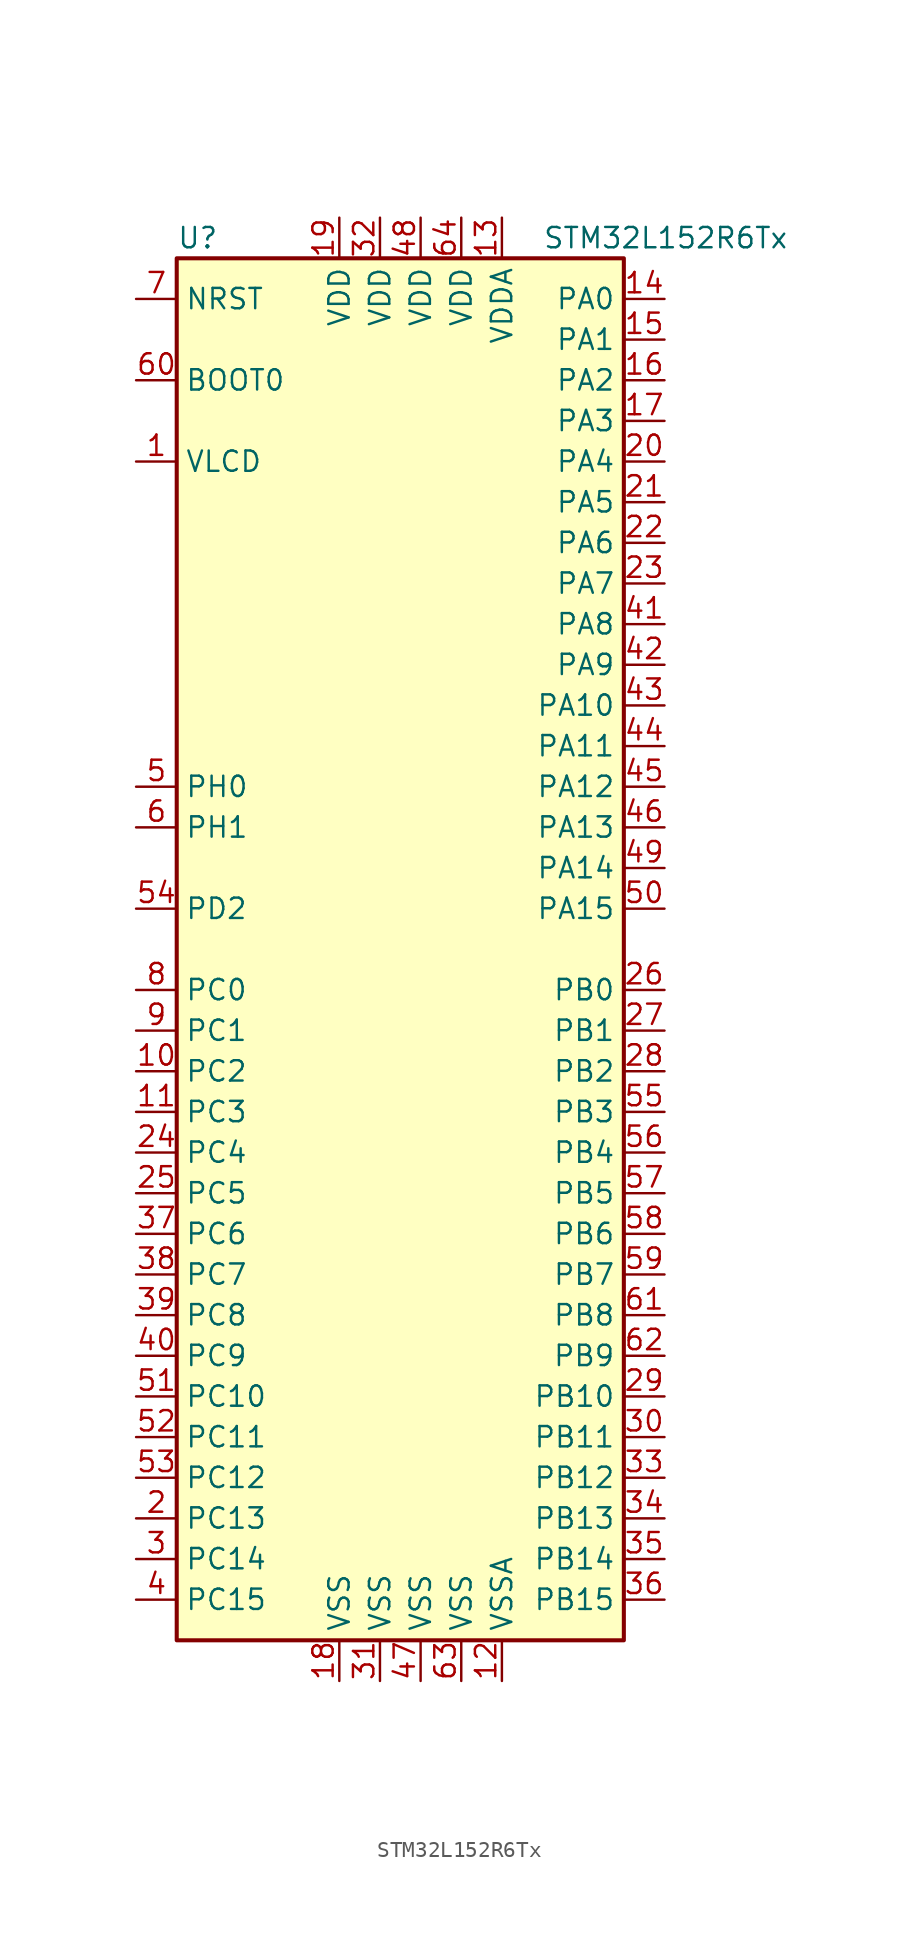
<source format=kicad_sym>
(kicad_symbol_lib
  (version 20201005)
  (generator kicad_symbol_editor)
  (symbol "STM32L152R6Tx"
    (property "Reference" "U"
      (at -15.24 44.45 0)
      (effects (font (size 1.27 1.27)) (justify left)))
    (property "Value" "STM32L152R6Tx"
      (at 7.62 44.45 0)
      (effects (font (size 1.27 1.27)) (justify left)))
    (symbol "STM32L152R6Tx_0_1"
      (rectangle (start -15.24 -43.18) (end 12.7 43.18) (stroke (width 0.254)) (fill (type background))))
    (symbol "STM32L152R6Tx_1_1"
      (pin power_in line (at -17.78 30.48 0) (length 2.54) (name "VLCD" (effects (font (size 1.27 1.27)))) (number "1" (effects (font (size 1.27 1.27)))))
      (pin bidirectional line (at -17.78 -7.62 0) (length 2.54) (name "PC2" (effects (font (size 1.27 1.27)))) (number "10" (effects (font (size 1.27 1.27)))))
      (pin bidirectional line (at -17.78 -10.16 0) (length 2.54) (name "PC3" (effects (font (size 1.27 1.27)))) (number "11" (effects (font (size 1.27 1.27)))))
      (pin power_in line (at 5.08 -45.72 90) (length 2.54) (name "VSSA" (effects (font (size 1.27 1.27)))) (number "12" (effects (font (size 1.27 1.27)))))
      (pin power_in line (at 5.08 45.72 270) (length 2.54) (name "VDDA" (effects (font (size 1.27 1.27)))) (number "13" (effects (font (size 1.27 1.27)))))
      (pin bidirectional line (at 15.24 40.64 180) (length 2.54) (name "PA0" (effects (font (size 1.27 1.27)))) (number "14" (effects (font (size 1.27 1.27)))))
      (pin bidirectional line (at 15.24 38.1 180) (length 2.54) (name "PA1" (effects (font (size 1.27 1.27)))) (number "15" (effects (font (size 1.27 1.27)))))
      (pin bidirectional line (at 15.24 35.56 180) (length 2.54) (name "PA2" (effects (font (size 1.27 1.27)))) (number "16" (effects (font (size 1.27 1.27)))))
      (pin bidirectional line (at 15.24 33.02 180) (length 2.54) (name "PA3" (effects (font (size 1.27 1.27)))) (number "17" (effects (font (size 1.27 1.27)))))
      (pin power_in line (at -5.08 -45.72 90) (length 2.54) (name "VSS" (effects (font (size 1.27 1.27)))) (number "18" (effects (font (size 1.27 1.27)))))
      (pin power_in line (at -5.08 45.72 270) (length 2.54) (name "VDD" (effects (font (size 1.27 1.27)))) (number "19" (effects (font (size 1.27 1.27)))))
      (pin bidirectional line (at -17.78 -35.56 0) (length 2.54) (name "PC13" (effects (font (size 1.27 1.27)))) (number "2" (effects (font (size 1.27 1.27)))))
      (pin bidirectional line (at 15.24 30.48 180) (length 2.54) (name "PA4" (effects (font (size 1.27 1.27)))) (number "20" (effects (font (size 1.27 1.27)))))
      (pin bidirectional line (at 15.24 27.94 180) (length 2.54) (name "PA5" (effects (font (size 1.27 1.27)))) (number "21" (effects (font (size 1.27 1.27)))))
      (pin bidirectional line (at 15.24 25.4 180) (length 2.54) (name "PA6" (effects (font (size 1.27 1.27)))) (number "22" (effects (font (size 1.27 1.27)))))
      (pin bidirectional line (at 15.24 22.86 180) (length 2.54) (name "PA7" (effects (font (size 1.27 1.27)))) (number "23" (effects (font (size 1.27 1.27)))))
      (pin bidirectional line (at -17.78 -12.7 0) (length 2.54) (name "PC4" (effects (font (size 1.27 1.27)))) (number "24" (effects (font (size 1.27 1.27)))))
      (pin bidirectional line (at -17.78 -15.24 0) (length 2.54) (name "PC5" (effects (font (size 1.27 1.27)))) (number "25" (effects (font (size 1.27 1.27)))))
      (pin bidirectional line (at 15.24 -2.54 180) (length 2.54) (name "PB0" (effects (font (size 1.27 1.27)))) (number "26" (effects (font (size 1.27 1.27)))))
      (pin bidirectional line (at 15.24 -5.08 180) (length 2.54) (name "PB1" (effects (font (size 1.27 1.27)))) (number "27" (effects (font (size 1.27 1.27)))))
      (pin bidirectional line (at 15.24 -7.62 180) (length 2.54) (name "PB2" (effects (font (size 1.27 1.27)))) (number "28" (effects (font (size 1.27 1.27)))))
      (pin bidirectional line (at 15.24 -27.94 180) (length 2.54) (name "PB10" (effects (font (size 1.27 1.27)))) (number "29" (effects (font (size 1.27 1.27)))))
      (pin bidirectional line (at -17.78 -38.1 0) (length 2.54) (name "PC14" (effects (font (size 1.27 1.27)))) (number "3" (effects (font (size 1.27 1.27)))))
      (pin bidirectional line (at 15.24 -30.48 180) (length 2.54) (name "PB11" (effects (font (size 1.27 1.27)))) (number "30" (effects (font (size 1.27 1.27)))))
      (pin power_in line (at -2.54 -45.72 90) (length 2.54) (name "VSS" (effects (font (size 1.27 1.27)))) (number "31" (effects (font (size 1.27 1.27)))))
      (pin power_in line (at -2.54 45.72 270) (length 2.54) (name "VDD" (effects (font (size 1.27 1.27)))) (number "32" (effects (font (size 1.27 1.27)))))
      (pin bidirectional line (at 15.24 -33.02 180) (length 2.54) (name "PB12" (effects (font (size 1.27 1.27)))) (number "33" (effects (font (size 1.27 1.27)))))
      (pin bidirectional line (at 15.24 -35.56 180) (length 2.54) (name "PB13" (effects (font (size 1.27 1.27)))) (number "34" (effects (font (size 1.27 1.27)))))
      (pin bidirectional line (at 15.24 -38.1 180) (length 2.54) (name "PB14" (effects (font (size 1.27 1.27)))) (number "35" (effects (font (size 1.27 1.27)))))
      (pin bidirectional line (at 15.24 -40.64 180) (length 2.54) (name "PB15" (effects (font (size 1.27 1.27)))) (number "36" (effects (font (size 1.27 1.27)))))
      (pin bidirectional line (at -17.78 -17.78 0) (length 2.54) (name "PC6" (effects (font (size 1.27 1.27)))) (number "37" (effects (font (size 1.27 1.27)))))
      (pin bidirectional line (at -17.78 -20.32 0) (length 2.54) (name "PC7" (effects (font (size 1.27 1.27)))) (number "38" (effects (font (size 1.27 1.27)))))
      (pin bidirectional line (at -17.78 -22.86 0) (length 2.54) (name "PC8" (effects (font (size 1.27 1.27)))) (number "39" (effects (font (size 1.27 1.27)))))
      (pin bidirectional line (at -17.78 -40.64 0) (length 2.54) (name "PC15" (effects (font (size 1.27 1.27)))) (number "4" (effects (font (size 1.27 1.27)))))
      (pin bidirectional line (at -17.78 -25.4 0) (length 2.54) (name "PC9" (effects (font (size 1.27 1.27)))) (number "40" (effects (font (size 1.27 1.27)))))
      (pin bidirectional line (at 15.24 20.32 180) (length 2.54) (name "PA8" (effects (font (size 1.27 1.27)))) (number "41" (effects (font (size 1.27 1.27)))))
      (pin bidirectional line (at 15.24 17.78 180) (length 2.54) (name "PA9" (effects (font (size 1.27 1.27)))) (number "42" (effects (font (size 1.27 1.27)))))
      (pin bidirectional line (at 15.24 15.24 180) (length 2.54) (name "PA10" (effects (font (size 1.27 1.27)))) (number "43" (effects (font (size 1.27 1.27)))))
      (pin bidirectional line (at 15.24 12.7 180) (length 2.54) (name "PA11" (effects (font (size 1.27 1.27)))) (number "44" (effects (font (size 1.27 1.27)))))
      (pin bidirectional line (at 15.24 10.16 180) (length 2.54) (name "PA12" (effects (font (size 1.27 1.27)))) (number "45" (effects (font (size 1.27 1.27)))))
      (pin bidirectional line (at 15.24 7.62 180) (length 2.54) (name "PA13" (effects (font (size 1.27 1.27)))) (number "46" (effects (font (size 1.27 1.27)))))
      (pin power_in line (at 0 -45.72 90) (length 2.54) (name "VSS" (effects (font (size 1.27 1.27)))) (number "47" (effects (font (size 1.27 1.27)))))
      (pin power_in line (at 0 45.72 270) (length 2.54) (name "VDD" (effects (font (size 1.27 1.27)))) (number "48" (effects (font (size 1.27 1.27)))))
      (pin bidirectional line (at 15.24 5.08 180) (length 2.54) (name "PA14" (effects (font (size 1.27 1.27)))) (number "49" (effects (font (size 1.27 1.27)))))
      (pin input line (at -17.78 10.16 0) (length 2.54) (name "PH0" (effects (font (size 1.27 1.27)))) (number "5" (effects (font (size 1.27 1.27)))))
      (pin bidirectional line (at 15.24 2.54 180) (length 2.54) (name "PA15" (effects (font (size 1.27 1.27)))) (number "50" (effects (font (size 1.27 1.27)))))
      (pin bidirectional line (at -17.78 -27.94 0) (length 2.54) (name "PC10" (effects (font (size 1.27 1.27)))) (number "51" (effects (font (size 1.27 1.27)))))
      (pin bidirectional line (at -17.78 -30.48 0) (length 2.54) (name "PC11" (effects (font (size 1.27 1.27)))) (number "52" (effects (font (size 1.27 1.27)))))
      (pin bidirectional line (at -17.78 -33.02 0) (length 2.54) (name "PC12" (effects (font (size 1.27 1.27)))) (number "53" (effects (font (size 1.27 1.27)))))
      (pin bidirectional line (at -17.78 2.54 0) (length 2.54) (name "PD2" (effects (font (size 1.27 1.27)))) (number "54" (effects (font (size 1.27 1.27)))))
      (pin bidirectional line (at 15.24 -10.16 180) (length 2.54) (name "PB3" (effects (font (size 1.27 1.27)))) (number "55" (effects (font (size 1.27 1.27)))))
      (pin bidirectional line (at 15.24 -12.7 180) (length 2.54) (name "PB4" (effects (font (size 1.27 1.27)))) (number "56" (effects (font (size 1.27 1.27)))))
      (pin bidirectional line (at 15.24 -15.24 180) (length 2.54) (name "PB5" (effects (font (size 1.27 1.27)))) (number "57" (effects (font (size 1.27 1.27)))))
      (pin bidirectional line (at 15.24 -17.78 180) (length 2.54) (name "PB6" (effects (font (size 1.27 1.27)))) (number "58" (effects (font (size 1.27 1.27)))))
      (pin bidirectional line (at 15.24 -20.32 180) (length 2.54) (name "PB7" (effects (font (size 1.27 1.27)))) (number "59" (effects (font (size 1.27 1.27)))))
      (pin input line (at -17.78 7.62 0) (length 2.54) (name "PH1" (effects (font (size 1.27 1.27)))) (number "6" (effects (font (size 1.27 1.27)))))
      (pin input line (at -17.78 35.56 0) (length 2.54) (name "BOOT0" (effects (font (size 1.27 1.27)))) (number "60" (effects (font (size 1.27 1.27)))))
      (pin bidirectional line (at 15.24 -22.86 180) (length 2.54) (name "PB8" (effects (font (size 1.27 1.27)))) (number "61" (effects (font (size 1.27 1.27)))))
      (pin bidirectional line (at 15.24 -25.4 180) (length 2.54) (name "PB9" (effects (font (size 1.27 1.27)))) (number "62" (effects (font (size 1.27 1.27)))))
      (pin power_in line (at 2.54 -45.72 90) (length 2.54) (name "VSS" (effects (font (size 1.27 1.27)))) (number "63" (effects (font (size 1.27 1.27)))))
      (pin power_in line (at 2.54 45.72 270) (length 2.54) (name "VDD" (effects (font (size 1.27 1.27)))) (number "64" (effects (font (size 1.27 1.27)))))
      (pin input line (at -17.78 40.64 0) (length 2.54) (name "NRST" (effects (font (size 1.27 1.27)))) (number "7" (effects (font (size 1.27 1.27)))))
      (pin bidirectional line (at -17.78 -2.54 0) (length 2.54) (name "PC0" (effects (font (size 1.27 1.27)))) (number "8" (effects (font (size 1.27 1.27)))))
      (pin bidirectional line (at -17.78 -5.08 0) (length 2.54) (name "PC1" (effects (font (size 1.27 1.27)))) (number "9" (effects (font (size 1.27 1.27))))))))
</source>
